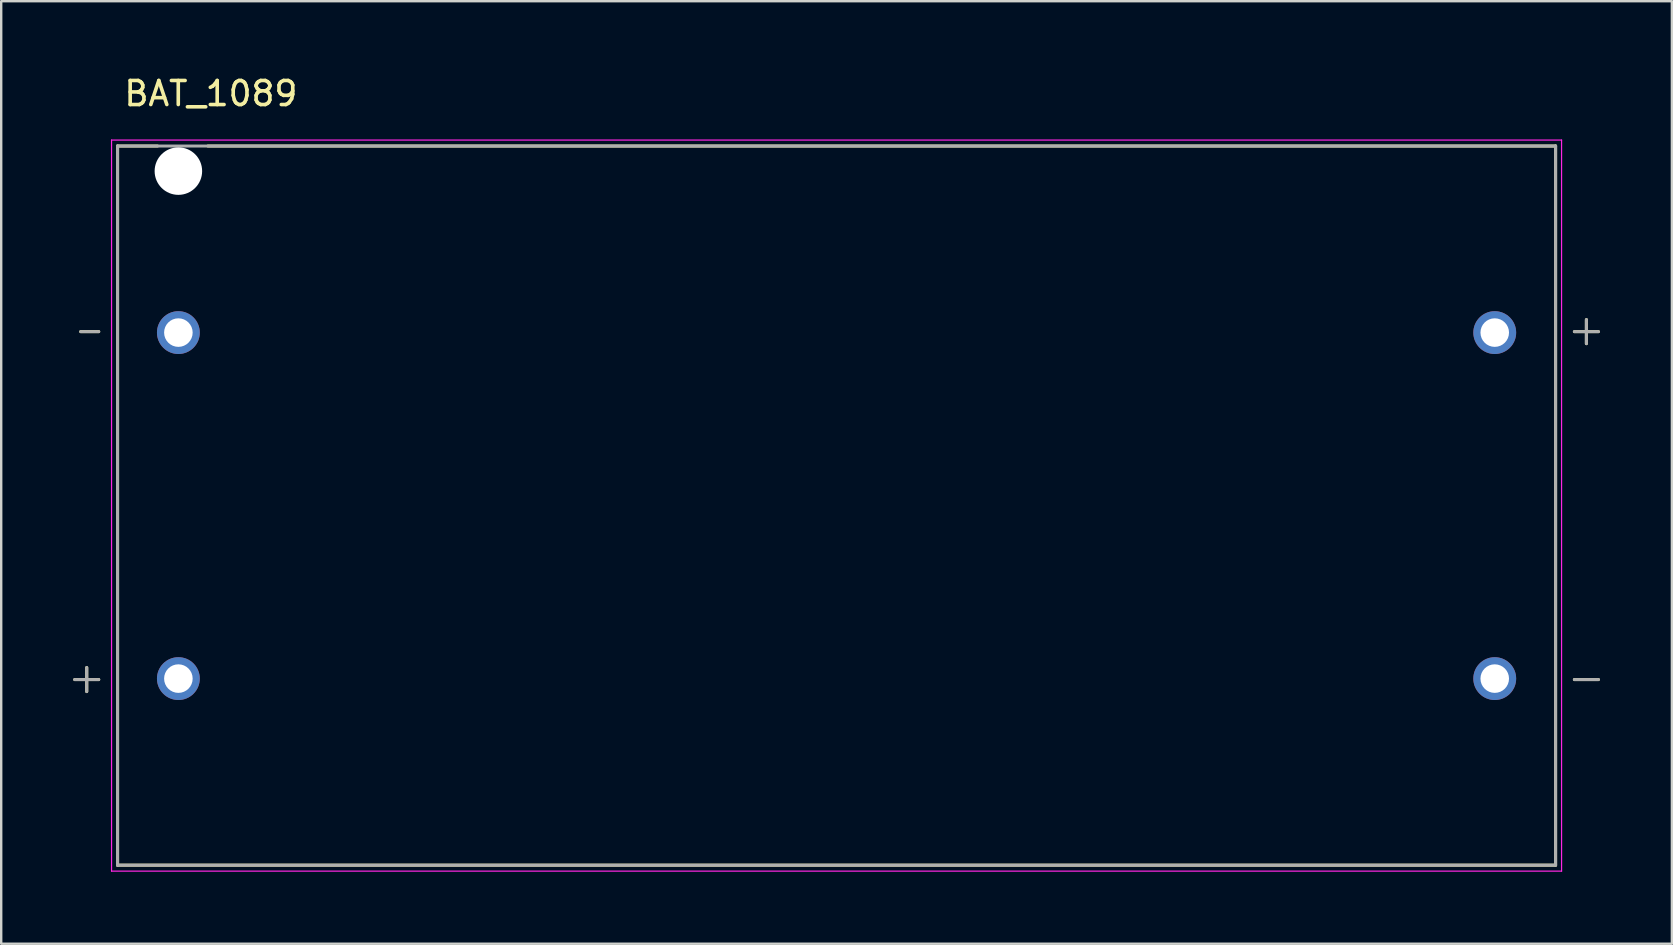
<source format=kicad_pcb>
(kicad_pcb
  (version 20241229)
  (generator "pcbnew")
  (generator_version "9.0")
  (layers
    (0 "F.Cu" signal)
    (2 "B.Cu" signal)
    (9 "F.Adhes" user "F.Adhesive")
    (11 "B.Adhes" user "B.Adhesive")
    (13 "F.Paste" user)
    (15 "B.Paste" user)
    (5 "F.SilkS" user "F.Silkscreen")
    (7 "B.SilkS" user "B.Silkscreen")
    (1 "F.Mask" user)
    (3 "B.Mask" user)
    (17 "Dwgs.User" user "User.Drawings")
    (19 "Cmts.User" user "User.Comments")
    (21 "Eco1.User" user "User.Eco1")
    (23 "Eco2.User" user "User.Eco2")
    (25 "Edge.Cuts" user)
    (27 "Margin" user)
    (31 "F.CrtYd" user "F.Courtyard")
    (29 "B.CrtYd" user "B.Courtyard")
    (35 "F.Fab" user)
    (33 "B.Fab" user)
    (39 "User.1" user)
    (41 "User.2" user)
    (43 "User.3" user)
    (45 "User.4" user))
  (footprint "BAT_1089"
    (layer "F.Cu")
    (at 31.814 18.021)
    (property "Reference" "BAT_1089" (at -26.075 -17.171 0) (layer "F.SilkS") (effects (font (size 1.002 1.002) (thickness 0.15))))
    (attr through_hole)
    (fp_line (start -31.25 6.75) (end -31.25 7.75) (stroke (width 0.127) (type solid)) (layer "F.SilkS"))
    (fp_line (start -30.75 -7.25) (end -31.5 -7.25) (stroke (width 0.127) (type solid)) (layer "F.SilkS"))
    (fp_line (start -30.75 7.25) (end -31.75 7.25) (stroke (width 0.127) (type solid)) (layer "F.SilkS"))
    (fp_line (start -29.965 -14.985) (end -28.3 -14.985) (stroke (width 0.127) (type solid)) (layer "F.SilkS"))
    (fp_line (start -29.965 14.985) (end -29.965 -14.985) (stroke (width 0.127) (type solid)) (layer "F.SilkS"))
    (fp_line (start -26.2 -14.985) (end 29.965 -14.985) (stroke (width 0.127) (type solid)) (layer "F.SilkS"))
    (fp_line (start 29.965 -14.985) (end 29.965 14.985) (stroke (width 0.127) (type solid)) (layer "F.SilkS"))
    (fp_line (start 29.965 14.985) (end -29.965 14.985) (stroke (width 0.127) (type solid)) (layer "F.SilkS"))
    (fp_line (start 30.75 -7.25) (end 31.75 -7.25) (stroke (width 0.127) (type solid)) (layer "F.SilkS"))
    (fp_line (start 30.75 7.25) (end 31.75 7.25) (stroke (width 0.127) (type solid)) (layer "F.SilkS"))
    (fp_line (start 31.25 -7.75) (end 31.25 -6.75) (stroke (width 0.127) (type solid)) (layer "F.SilkS"))
    (fp_line (start -30.215 -15.235) (end 30.215 -15.235) (stroke (width 0.05) (type solid)) (layer "F.CrtYd"))
    (fp_line (start -30.215 15.235) (end -30.215 -15.235) (stroke (width 0.05) (type solid)) (layer "F.CrtYd"))
    (fp_line (start 30.215 -15.235) (end 30.215 15.235) (stroke (width 0.05) (type solid)) (layer "F.CrtYd"))
    (fp_line (start 30.215 15.235) (end -30.215 15.235) (stroke (width 0.05) (type solid)) (layer "F.CrtYd"))
    (fp_line (start -31.75 7.25) (end -30.75 7.25) (stroke (width 0.127) (type solid)) (layer "F.Fab"))
    (fp_line (start -31.5 -7.25) (end -30.75 -7.25) (stroke (width 0.127) (type solid)) (layer "F.Fab"))
    (fp_line (start -31.25 6.75) (end -31.25 7.75) (stroke (width 0.127) (type solid)) (layer "F.Fab"))
    (fp_line (start -29.965 -14.985) (end 29.965 -14.985) (stroke (width 0.127) (type solid)) (layer "F.Fab"))
    (fp_line (start -29.965 14.985) (end -29.965 -14.985) (stroke (width 0.127) (type solid)) (layer "F.Fab"))
    (fp_line (start 29.965 -14.985) (end 29.965 14.985) (stroke (width 0.127) (type solid)) (layer "F.Fab"))
    (fp_line (start 29.965 14.985) (end -29.965 14.985) (stroke (width 0.127) (type solid)) (layer "F.Fab"))
    (fp_line (start 30.75 -7.25) (end 31.75 -7.25) (stroke (width 0.127) (type solid)) (layer "F.Fab"))
    (fp_line (start 30.75 7.25) (end 31.75 7.25) (stroke (width 0.127) (type solid)) (layer "F.Fab"))
    (fp_line (start 31.25 -7.75) (end 31.25 -6.75) (stroke (width 0.127) (type solid)) (layer "F.Fab"))
    (pad "" np_thru_hole circle (at -27.43 -13.94) (size 1.98 1.98) (drill 1.98) (layers "*.Cu" "*.Mask"))
    (pad "N1" thru_hole circle (at -27.43 -7.21) (size 1.785 1.785) (drill 1.19) (layers "*.Cu" "*.Mask"))
    (pad "N2" thru_hole circle (at 27.43 7.21) (size 1.785 1.785) (drill 1.19) (layers "*.Cu" "*.Mask"))
    (pad "P1" thru_hole circle (at 27.43 -7.21) (size 1.785 1.785) (drill 1.19) (layers "*.Cu" "*.Mask"))
    (pad "P2" thru_hole circle (at -27.43 7.21) (size 1.785 1.785) (drill 1.19) (layers "*.Cu" "*.Mask")))
  (gr_rect
    (start -3 -3)
    (end 66.627 36.281)
    (stroke (width 0.1) (type default))
    (fill no)
    (layer "Edge.Cuts")))
</source>
